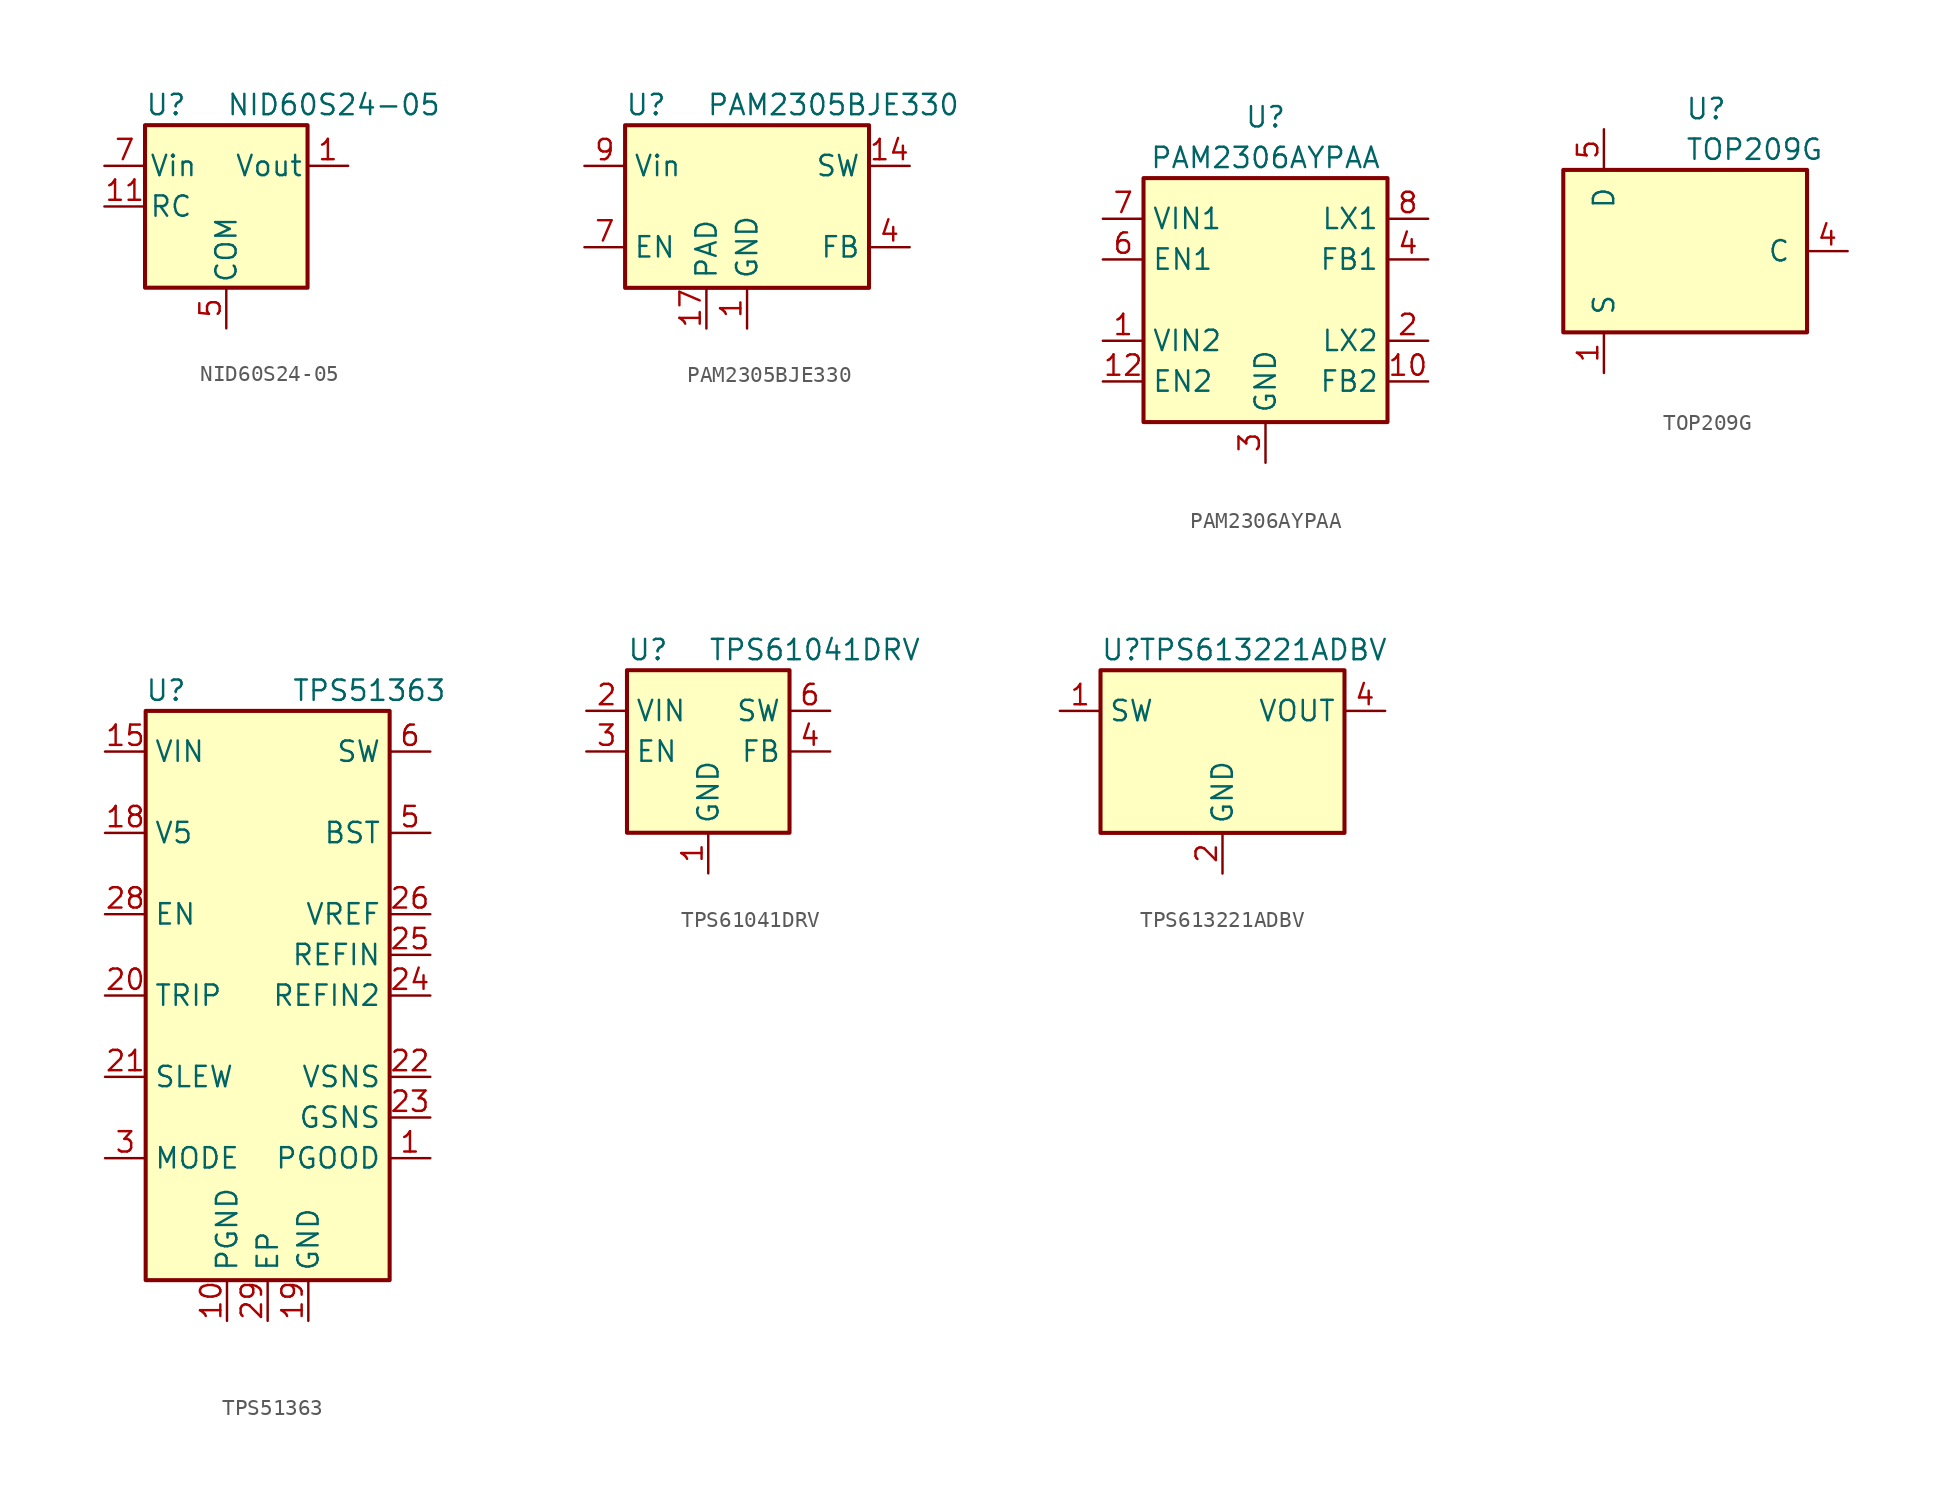
<source format=kicad_sym>
(kicad_symbol_lib
  (version 20201005)
  (generator kicad_symbol_editor)
  (symbol "Regulator_Switching:NID60S24-05"
    (pin_names
      (offset 0.254))
    (property "Reference" "U"
      (at -5.08 6.35 0)
      (effects (font (size 1.27 1.27)) (justify left)))
    (property "Value" "NID60S24-05"
      (at 0 6.35 0)
      (effects (font (size 1.27 1.27)) (justify left)))
    (symbol "NID60S24-05_0_1"
      (rectangle (start -5.08 5.08) (end 5.08 -5.08) (stroke (width 0.254)) (fill (type background))))
    (symbol "NID60S24-05_1_1"
      (pin power_out line (at 7.62 2.54 180) (length 2.54) (name "Vout" (effects (font (size 1.27 1.27)))) (number "1" (effects (font (size 1.27 1.27)))))
      (pin no_connect line (at 5.08 -2.54 180) (length 2.54) hide (name "NC" (effects (font (size 1.27 1.27)))) (number "10" (effects (font (size 1.27 1.27)))))
      (pin input line (at -7.62 0 0) (length 2.54) (name "RC" (effects (font (size 1.27 1.27)))) (number "11" (effects (font (size 1.27 1.27)))))
      (pin passive line (at 7.62 2.54 180) (length 2.54) hide (name "Vout" (effects (font (size 1.27 1.27)))) (number "2" (effects (font (size 1.27 1.27)))))
      (pin passive line (at 7.62 2.54 180) (length 2.54) hide (name "Vout" (effects (font (size 1.27 1.27)))) (number "3" (effects (font (size 1.27 1.27)))))
      (pin passive line (at 7.62 2.54 180) (length 2.54) hide (name "Vout" (effects (font (size 1.27 1.27)))) (number "4" (effects (font (size 1.27 1.27)))))
      (pin power_in line (at 0 -7.62 90) (length 2.54) (name "COM" (effects (font (size 1.27 1.27)))) (number "5" (effects (font (size 1.27 1.27)))))
      (pin passive line (at 0 -7.62 90) (length 2.54) hide (name "COM" (effects (font (size 1.27 1.27)))) (number "6" (effects (font (size 1.27 1.27)))))
      (pin power_in line (at -7.62 2.54 0) (length 2.54) (name "Vin" (effects (font (size 1.27 1.27)))) (number "7" (effects (font (size 1.27 1.27)))))
      (pin passive line (at -7.62 2.54 0) (length 2.54) hide (name "Vin" (effects (font (size 1.27 1.27)))) (number "8" (effects (font (size 1.27 1.27)))))
      (pin no_connect line (at 5.08 0 180) (length 2.54) hide (name "NC" (effects (font (size 1.27 1.27)))) (number "9" (effects (font (size 1.27 1.27)))))))
  (symbol "Regulator_Switching:PAM2305BJE330"
    (property "Reference" "U"
      (at -7.62 6.35 0)
      (effects (font (size 1.27 1.27)) (justify left)))
    (property "Value" "PAM2305BJE330"
      (at -2.54 6.35 0)
      (effects (font (size 1.27 1.27)) (justify left)))
    (symbol "PAM2305BJE330_0_1"
      (rectangle (start -7.62 5.08) (end 7.62 -5.08) (stroke (width 0.254)) (fill (type background))))
    (symbol "PAM2305BJE330_1_1"
      (pin power_in line (at 0 -7.62 90) (length 2.54) (name "GND" (effects (font (size 1.27 1.27)))) (number "1" (effects (font (size 1.27 1.27)))))
      (pin passive line (at -10.16 2.54 0) (length 2.54) hide (name "Vin" (effects (font (size 1.27 1.27)))) (number "10" (effects (font (size 1.27 1.27)))))
      (pin passive line (at -10.16 2.54 0) (length 2.54) hide (name "Vin" (effects (font (size 1.27 1.27)))) (number "11" (effects (font (size 1.27 1.27)))))
      (pin passive line (at -10.16 2.54 0) (length 2.54) hide (name "Vin" (effects (font (size 1.27 1.27)))) (number "12" (effects (font (size 1.27 1.27)))))
      (pin passive line (at 10.16 2.54 180) (length 2.54) hide (name "SW" (effects (font (size 1.27 1.27)))) (number "13" (effects (font (size 1.27 1.27)))))
      (pin output line (at 10.16 2.54 180) (length 2.54) (name "SW" (effects (font (size 1.27 1.27)))) (number "14" (effects (font (size 1.27 1.27)))))
      (pin passive line (at 10.16 2.54 180) (length 2.54) hide (name "SW" (effects (font (size 1.27 1.27)))) (number "15" (effects (font (size 1.27 1.27)))))
      (pin no_connect line (at 2.54 -5.08 90) (length 2.54) hide (name "NC" (effects (font (size 1.27 1.27)))) (number "16" (effects (font (size 1.27 1.27)))))
      (pin passive line (at -2.54 -7.62 90) (length 2.54) (name "PAD" (effects (font (size 1.27 1.27)))) (number "17" (effects (font (size 1.27 1.27)))))
      (pin passive line (at 0 -7.62 90) (length 2.54) hide (name "GND" (effects (font (size 1.27 1.27)))) (number "2" (effects (font (size 1.27 1.27)))))
      (pin passive line (at 0 -7.62 90) (length 2.54) hide (name "GND" (effects (font (size 1.27 1.27)))) (number "3" (effects (font (size 1.27 1.27)))))
      (pin input line (at 10.16 -2.54 180) (length 2.54) (name "FB" (effects (font (size 1.27 1.27)))) (number "4" (effects (font (size 1.27 1.27)))))
      (pin passive line (at 0 -7.62 90) (length 2.54) hide (name "GND" (effects (font (size 1.27 1.27)))) (number "5" (effects (font (size 1.27 1.27)))))
      (pin no_connect line (at -7.62 0 0) (length 2.54) hide (name "NC" (effects (font (size 1.27 1.27)))) (number "6" (effects (font (size 1.27 1.27)))))
      (pin input line (at -10.16 -2.54 0) (length 2.54) (name "EN" (effects (font (size 1.27 1.27)))) (number "7" (effects (font (size 1.27 1.27)))))
      (pin no_connect line (at 7.62 0 180) (length 2.54) hide (name "NC" (effects (font (size 1.27 1.27)))) (number "8" (effects (font (size 1.27 1.27)))))
      (pin power_in line (at -10.16 2.54 0) (length 2.54) (name "Vin" (effects (font (size 1.27 1.27)))) (number "9" (effects (font (size 1.27 1.27)))))))
  (symbol "Regulator_Switching:PAM2306AYPAA"
    (property "Reference" "U"
      (at 0 11.43 0)
      (effects (font (size 1.27 1.27))))
    (property "Value" "PAM2306AYPAA"
      (at 0 8.89 0)
      (effects (font (size 1.27 1.27))))
    (symbol "PAM2306AYPAA_0_1"
      (rectangle (start 7.62 7.62) (end -7.62 -7.62) (stroke (width 0.254)) (fill (type background))))
    (symbol "PAM2306AYPAA_1_1"
      (pin power_in line (at -10.16 -2.54 0) (length 2.54) (name "VIN2" (effects (font (size 1.27 1.27)))) (number "1" (effects (font (size 1.27 1.27)))))
      (pin input line (at 10.16 -5.08 180) (length 2.54) (name "FB2" (effects (font (size 1.27 1.27)))) (number "10" (effects (font (size 1.27 1.27)))))
      (pin no_connect line (at 7.62 0 180) (length 2.54) hide (name "NC2" (effects (font (size 1.27 1.27)))) (number "11" (effects (font (size 1.27 1.27)))))
      (pin input line (at -10.16 -5.08 0) (length 2.54) (name "EN2" (effects (font (size 1.27 1.27)))) (number "12" (effects (font (size 1.27 1.27)))))
      (pin passive line (at 0 -10.16 90) (length 2.54) hide (name "GND" (effects (font (size 1.27 1.27)))) (number "13" (effects (font (size 1.27 1.27)))))
      (pin output line (at 10.16 -2.54 180) (length 2.54) (name "LX2" (effects (font (size 1.27 1.27)))) (number "2" (effects (font (size 1.27 1.27)))))
      (pin power_in line (at 0 -10.16 90) (length 2.54) (name "GND" (effects (font (size 1.27 1.27)))) (number "3" (effects (font (size 1.27 1.27)))))
      (pin input line (at 10.16 2.54 180) (length 2.54) (name "FB1" (effects (font (size 1.27 1.27)))) (number "4" (effects (font (size 1.27 1.27)))))
      (pin no_connect line (at -7.62 0 0) (length 2.54) hide (name "NC1" (effects (font (size 1.27 1.27)))) (number "5" (effects (font (size 1.27 1.27)))))
      (pin input line (at -10.16 2.54 0) (length 2.54) (name "EN1" (effects (font (size 1.27 1.27)))) (number "6" (effects (font (size 1.27 1.27)))))
      (pin power_in line (at -10.16 5.08 0) (length 2.54) (name "VIN1" (effects (font (size 1.27 1.27)))) (number "7" (effects (font (size 1.27 1.27)))))
      (pin output line (at 10.16 5.08 180) (length 2.54) (name "LX1" (effects (font (size 1.27 1.27)))) (number "8" (effects (font (size 1.27 1.27)))))
      (pin passive line (at 0 -10.16 90) (length 2.54) hide (name "GND" (effects (font (size 1.27 1.27)))) (number "9" (effects (font (size 1.27 1.27)))))))
  (symbol "Regulator_Switching:TOP209G"
    (pin_names
      (offset 1.016))
    (property "Reference" "U"
      (at 0 8.89 0)
      (effects (font (size 1.27 1.27)) (justify left)))
    (property "Value" "TOP209G"
      (at 0 6.35 0)
      (effects (font (size 1.27 1.27)) (justify left)))
    (symbol "TOP209G_0_1"
      (rectangle (start -7.62 5.08) (end 7.62 -5.08) (stroke (width 0.254)) (fill (type background))))
    (symbol "TOP209G_1_1"
      (pin power_in line (at -5.08 -7.62 90) (length 2.54) (name "S" (effects (font (size 1.27 1.27)))) (number "1" (effects (font (size 1.27 1.27)))))
      (pin no_connect line (at -2.54 -5.08 90) (length 2.54) hide (name "NC" (effects (font (size 1.27 1.27)))) (number "2" (effects (font (size 1.27 1.27)))))
      (pin no_connect line (at 0 -5.08 90) (length 2.54) hide (name "NC" (effects (font (size 1.27 1.27)))) (number "3" (effects (font (size 1.27 1.27)))))
      (pin input line (at 10.16 0 180) (length 2.54) (name "C" (effects (font (size 1.27 1.27)))) (number "4" (effects (font (size 1.27 1.27)))))
      (pin open_collector line (at -5.08 7.62 270) (length 2.54) (name "D" (effects (font (size 1.27 1.27)))) (number "5" (effects (font (size 1.27 1.27)))))
      (pin no_connect line (at 2.54 -5.08 90) (length 2.54) hide (name "NC" (effects (font (size 1.27 1.27)))) (number "6" (effects (font (size 1.27 1.27)))))
      (pin no_connect line (at 5.08 -5.08 90) (length 2.54) hide (name "NC" (effects (font (size 1.27 1.27)))) (number "7" (effects (font (size 1.27 1.27)))))
      (pin passive line (at -5.08 -7.62 90) (length 2.54) hide (name "S" (effects (font (size 1.27 1.27)))) (number "8" (effects (font (size 1.27 1.27)))))))
  (symbol "Regulator_Switching:TPS51363"
    (property "Reference" "U"
      (at -6.35 19.05 0)
      (effects (font (size 1.27 1.27))))
    (property "Value" "TPS51363"
      (at 6.35 19.05 0)
      (effects (font (size 1.27 1.27))))
    (symbol "TPS51363_0_1"
      (rectangle (start -7.62 -17.78) (end 7.62 17.78) (stroke (width 0.254)) (fill (type background)))
      (pin open_collector line (at 10.16 -10.16 180) (length 2.54) (name "PGOOD" (effects (font (size 1.27 1.27)))) (number "1" (effects (font (size 1.27 1.27)))))
      (pin power_in line (at -2.54 -20.32 90) (length 2.54) (name "PGND" (effects (font (size 1.27 1.27)))) (number "10" (effects (font (size 1.27 1.27)))))
      (pin passive line (at -2.54 -20.32 90) (length 2.54) hide (name "PGND" (effects (font (size 1.27 1.27)))) (number "11" (effects (font (size 1.27 1.27)))))
      (pin passive line (at -2.54 -20.32 90) (length 2.54) hide (name "PGND" (effects (font (size 1.27 1.27)))) (number "12" (effects (font (size 1.27 1.27)))))
      (pin passive line (at -2.54 -20.32 90) (length 2.54) hide (name "PGND" (effects (font (size 1.27 1.27)))) (number "13" (effects (font (size 1.27 1.27)))))
      (pin passive line (at -2.54 -20.32 90) (length 2.54) hide (name "PGND" (effects (font (size 1.27 1.27)))) (number "14" (effects (font (size 1.27 1.27)))))
      (pin power_in line (at -10.16 15.24 0) (length 2.54) (name "VIN" (effects (font (size 1.27 1.27)))) (number "15" (effects (font (size 1.27 1.27)))))
      (pin passive line (at -10.16 15.24 0) (length 2.54) hide (name "VIN" (effects (font (size 1.27 1.27)))) (number "16" (effects (font (size 1.27 1.27)))))
      (pin passive line (at -10.16 15.24 0) (length 2.54) hide (name "VIN" (effects (font (size 1.27 1.27)))) (number "17" (effects (font (size 1.27 1.27)))))
      (pin power_in line (at -10.16 10.16 0) (length 2.54) (name "V5" (effects (font (size 1.27 1.27)))) (number "18" (effects (font (size 1.27 1.27)))))
      (pin power_in line (at 2.54 -20.32 90) (length 2.54) (name "GND" (effects (font (size 1.27 1.27)))) (number "19" (effects (font (size 1.27 1.27)))))
      (pin no_connect line (at -7.62 7.62 0) (length 2.54) hide (name "NU" (effects (font (size 1.27 1.27)))) (number "2" (effects (font (size 1.27 1.27)))))
      (pin input line (at -10.16 0 0) (length 2.54) (name "TRIP" (effects (font (size 1.27 1.27)))) (number "20" (effects (font (size 1.27 1.27)))))
      (pin output line (at -10.16 -5.08 0) (length 2.54) (name "SLEW" (effects (font (size 1.27 1.27)))) (number "21" (effects (font (size 1.27 1.27)))))
      (pin input line (at 10.16 -5.08 180) (length 2.54) (name "VSNS" (effects (font (size 1.27 1.27)))) (number "22" (effects (font (size 1.27 1.27)))))
      (pin output line (at 10.16 -7.62 180) (length 2.54) (name "GSNS" (effects (font (size 1.27 1.27)))) (number "23" (effects (font (size 1.27 1.27)))))
      (pin input line (at 10.16 0 180) (length 2.54) (name "REFIN2" (effects (font (size 1.27 1.27)))) (number "24" (effects (font (size 1.27 1.27)))))
      (pin input line (at 10.16 2.54 180) (length 2.54) (name "REFIN" (effects (font (size 1.27 1.27)))) (number "25" (effects (font (size 1.27 1.27)))))
      (pin output line (at 10.16 5.08 180) (length 2.54) (name "VREF" (effects (font (size 1.27 1.27)))) (number "26" (effects (font (size 1.27 1.27)))))
      (pin no_connect line (at -7.62 2.54 0) (length 2.54) hide (name "NU" (effects (font (size 1.27 1.27)))) (number "27" (effects (font (size 1.27 1.27)))))
      (pin input line (at -10.16 5.08 0) (length 2.54) (name "EN" (effects (font (size 1.27 1.27)))) (number "28" (effects (font (size 1.27 1.27)))))
      (pin power_in line (at 0 -20.32 90) (length 2.54) (name "EP" (effects (font (size 1.27 1.27)))) (number "29" (effects (font (size 1.27 1.27)))))
      (pin input line (at -10.16 -10.16 0) (length 2.54) (name "MODE" (effects (font (size 1.27 1.27)))) (number "3" (effects (font (size 1.27 1.27)))))
      (pin no_connect line (at -7.62 -2.54 0) (length 2.54) hide (name "NC" (effects (font (size 1.27 1.27)))) (number "4" (effects (font (size 1.27 1.27)))))
      (pin input line (at 10.16 10.16 180) (length 2.54) (name "BST" (effects (font (size 1.27 1.27)))) (number "5" (effects (font (size 1.27 1.27)))))
      (pin power_out line (at 10.16 15.24 180) (length 2.54) (name "SW" (effects (font (size 1.27 1.27)))) (number "6" (effects (font (size 1.27 1.27)))))
      (pin passive line (at 10.16 15.24 180) (length 2.54) hide (name "SW" (effects (font (size 1.27 1.27)))) (number "7" (effects (font (size 1.27 1.27)))))
      (pin passive line (at 10.16 15.24 180) (length 2.54) hide (name "SW" (effects (font (size 1.27 1.27)))) (number "8" (effects (font (size 1.27 1.27)))))
      (pin passive line (at 10.16 15.24 180) (length 2.54) hide (name "SW" (effects (font (size 1.27 1.27)))) (number "9" (effects (font (size 1.27 1.27)))))))
  (symbol "Regulator_Switching:TPS61041DRV"
    (property "Reference" "U"
      (at -5.08 6.35 0)
      (effects (font (size 1.27 1.27)) (justify left)))
    (property "Value" "TPS61041DRV"
      (at 0 6.35 0)
      (effects (font (size 1.27 1.27)) (justify left)))
    (symbol "TPS61041DRV_0_1"
      (rectangle (start -5.08 5.08) (end 5.08 -5.08) (stroke (width 0.254)) (fill (type background))))
    (symbol "TPS61041DRV_1_1"
      (pin power_in line (at 0 -7.62 90) (length 2.54) (name "GND" (effects (font (size 1.27 1.27)))) (number "1" (effects (font (size 1.27 1.27)))))
      (pin power_in line (at -7.62 2.54 0) (length 2.54) (name "VIN" (effects (font (size 1.27 1.27)))) (number "2" (effects (font (size 1.27 1.27)))))
      (pin input line (at -7.62 0 0) (length 2.54) (name "EN" (effects (font (size 1.27 1.27)))) (number "3" (effects (font (size 1.27 1.27)))))
      (pin input line (at 7.62 0 180) (length 2.54) (name "FB" (effects (font (size 1.27 1.27)))) (number "4" (effects (font (size 1.27 1.27)))))
      (pin no_connect line (at 5.08 -2.54 180) (length 2.54) hide (name "NC" (effects (font (size 1.27 1.27)))) (number "5" (effects (font (size 1.27 1.27)))))
      (pin power_out line (at 7.62 2.54 180) (length 2.54) (name "SW" (effects (font (size 1.27 1.27)))) (number "6" (effects (font (size 1.27 1.27)))))))
  (symbol "Regulator_Switching:TPS613221ADBV"
    (property "Reference" "U"
      (at -7.62 6.35 0)
      (effects (font (size 1.27 1.27)) (justify left)))
    (property "Value" "TPS613221ADBV"
      (at 2.54 6.35 0)
      (effects (font (size 1.27 1.27))))
    (symbol "TPS613221ADBV_0_1"
      (rectangle (start -7.62 5.08) (end 7.62 -5.08) (stroke (width 0.254)) (fill (type background))))
    (symbol "TPS613221ADBV_1_1"
      (pin power_in line (at -10.16 2.54 0) (length 2.54) (name "SW" (effects (font (size 1.27 1.27)))) (number "1" (effects (font (size 1.27 1.27)))))
      (pin power_in line (at 0 -7.62 90) (length 2.54) (name "GND" (effects (font (size 1.27 1.27)))) (number "2" (effects (font (size 1.27 1.27)))))
      (pin no_connect line (at -7.62 -2.54 0) (length 2.54) hide (name "NC" (effects (font (size 1.27 1.27)))) (number "3" (effects (font (size 1.27 1.27)))))
      (pin power_out line (at 10.16 2.54 180) (length 2.54) (name "VOUT" (effects (font (size 1.27 1.27)))) (number "4" (effects (font (size 1.27 1.27)))))
      (pin no_connect line (at 7.62 -2.54 180) (length 2.54) hide (name "NC" (effects (font (size 1.27 1.27)))) (number "5" (effects (font (size 1.27 1.27))))))))
</source>
